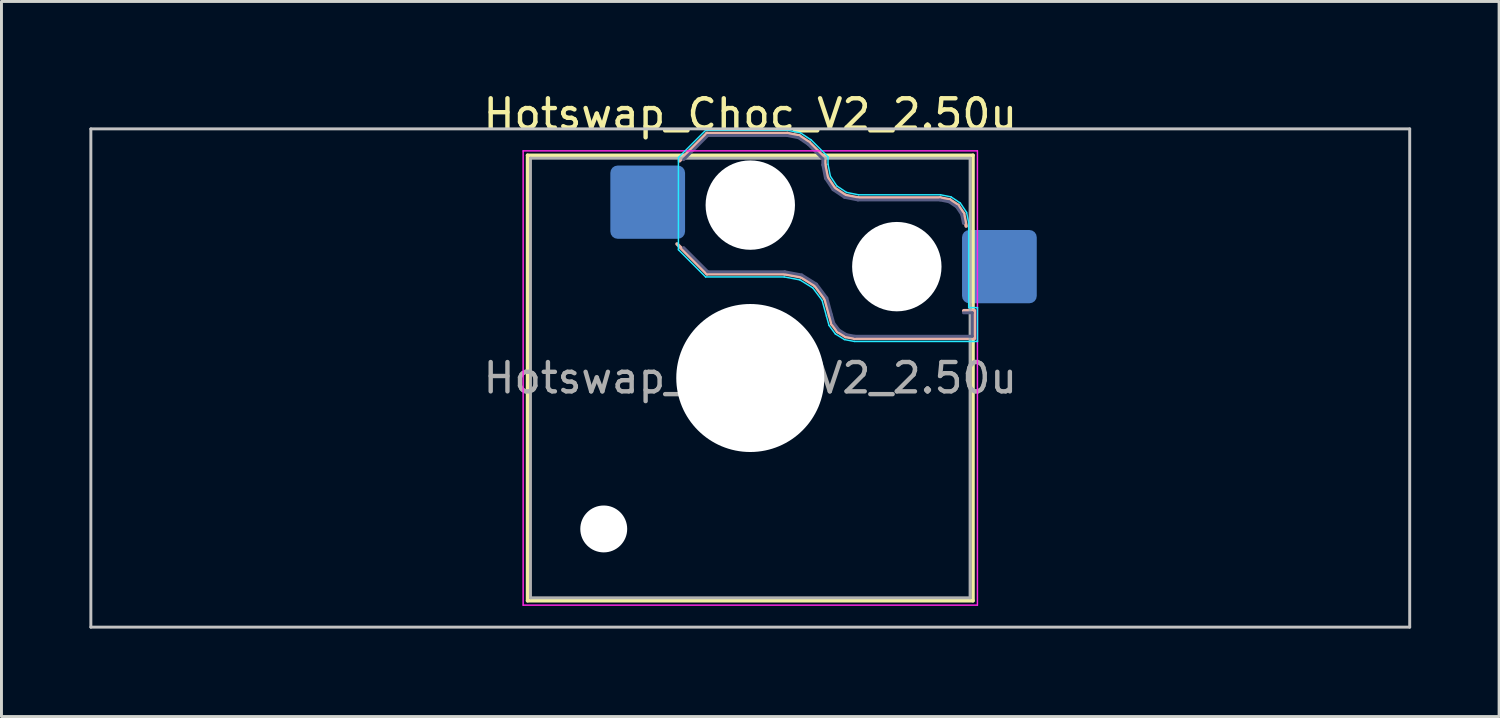
<source format=kicad_pcb>
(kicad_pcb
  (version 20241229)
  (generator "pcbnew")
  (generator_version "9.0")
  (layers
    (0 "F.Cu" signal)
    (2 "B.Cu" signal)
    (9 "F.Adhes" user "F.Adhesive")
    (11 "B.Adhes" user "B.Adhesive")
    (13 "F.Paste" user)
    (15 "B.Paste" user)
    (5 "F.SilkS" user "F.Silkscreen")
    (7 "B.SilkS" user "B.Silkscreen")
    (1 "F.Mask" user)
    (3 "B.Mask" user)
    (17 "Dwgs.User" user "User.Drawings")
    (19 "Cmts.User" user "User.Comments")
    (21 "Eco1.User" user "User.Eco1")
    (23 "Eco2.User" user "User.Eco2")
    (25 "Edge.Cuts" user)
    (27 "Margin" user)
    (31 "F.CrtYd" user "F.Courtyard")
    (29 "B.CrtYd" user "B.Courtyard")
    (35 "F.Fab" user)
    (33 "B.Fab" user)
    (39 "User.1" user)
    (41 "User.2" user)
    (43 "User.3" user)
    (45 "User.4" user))
  (footprint "Hotswap_Choc_V2_2.50u"
    (layer "F.Cu")
    (at 22.55 9.848)
    (property "Reference" "Hotswap_Choc_V2_2.50u" (at 0 -9 0) (layer "F.SilkS") (effects (font (size 1 1) (thickness 0.15))))
    (attr smd)
    (fp_line (start -7.6 -7.6) (end -7.6 7.6) (stroke (width 0.12) (type solid)) (layer "F.SilkS"))
    (fp_line (start -7.6 7.6) (end 7.6 7.6) (stroke (width 0.12) (type solid)) (layer "F.SilkS"))
    (fp_line (start 7.6 -7.6) (end -7.6 -7.6) (stroke (width 0.12) (type solid)) (layer "F.SilkS"))
    (fp_line (start 7.6 7.6) (end 7.6 -7.6) (stroke (width 0.12) (type solid)) (layer "F.SilkS"))
    (fp_line (start -2.416 -7.409) (end -1.479 -8.346) (stroke (width 0.12) (type solid)) (layer "B.SilkS"))
    (fp_line (start -1.479 -8.346) (end 1.268 -8.346) (stroke (width 0.12) (type solid)) (layer "B.SilkS"))
    (fp_line (start -1.479 -3.554) (end -2.5 -4.575) (stroke (width 0.12) (type solid)) (layer "B.SilkS"))
    (fp_line (start 1.168 -3.554) (end -1.479 -3.554) (stroke (width 0.12) (type solid)) (layer "B.SilkS"))
    (fp_line (start 1.268 -8.346) (end 1.671 -8.266) (stroke (width 0.12) (type solid)) (layer "B.SilkS"))
    (fp_line (start 1.671 -8.266) (end 2.013 -8.037) (stroke (width 0.12) (type solid)) (layer "B.SilkS"))
    (fp_line (start 1.73 -3.449) (end 1.168 -3.554) (stroke (width 0.12) (type solid)) (layer "B.SilkS"))
    (fp_line (start 2.013 -8.037) (end 2.546 -7.504) (stroke (width 0.12) (type solid)) (layer "B.SilkS"))
    (fp_line (start 2.209 -3.15) (end 1.73 -3.449) (stroke (width 0.12) (type solid)) (layer "B.SilkS"))
    (fp_line (start 2.546 -7.504) (end 2.546 -7.282) (stroke (width 0.12) (type solid)) (layer "B.SilkS"))
    (fp_line (start 2.546 -7.282) (end 2.633 -6.844) (stroke (width 0.12) (type solid)) (layer "B.SilkS"))
    (fp_line (start 2.547 -2.697) (end 2.209 -3.15) (stroke (width 0.12) (type solid)) (layer "B.SilkS"))
    (fp_line (start 2.633 -6.844) (end 2.877 -6.477) (stroke (width 0.12) (type solid)) (layer "B.SilkS"))
    (fp_line (start 2.701 -2.139) (end 2.547 -2.697) (stroke (width 0.12) (type solid)) (layer "B.SilkS"))
    (fp_line (start 2.783 -1.841) (end 2.701 -2.139) (stroke (width 0.12) (type solid)) (layer "B.SilkS"))
    (fp_line (start 2.877 -6.477) (end 3.244 -6.233) (stroke (width 0.12) (type solid)) (layer "B.SilkS"))
    (fp_line (start 2.976 -1.583) (end 2.783 -1.841) (stroke (width 0.12) (type solid)) (layer "B.SilkS"))
    (fp_line (start 3.244 -6.233) (end 3.682 -6.146) (stroke (width 0.12) (type solid)) (layer "B.SilkS"))
    (fp_line (start 3.25 -1.413) (end 2.976 -1.583) (stroke (width 0.12) (type solid)) (layer "B.SilkS"))
    (fp_line (start 3.56 -1.354) (end 3.25 -1.413) (stroke (width 0.12) (type solid)) (layer "B.SilkS"))
    (fp_line (start 3.682 -6.146) (end 6.482 -6.146) (stroke (width 0.12) (type solid)) (layer "B.SilkS"))
    (fp_line (start 6.482 -6.146) (end 6.809 -6.081) (stroke (width 0.12) (type solid)) (layer "B.SilkS"))
    (fp_line (start 6.809 -6.081) (end 7.092 -5.892) (stroke (width 0.12) (type solid)) (layer "B.SilkS"))
    (fp_line (start 7.092 -5.892) (end 7.281 -5.609) (stroke (width 0.12) (type solid)) (layer "B.SilkS"))
    (fp_line (start 7.281 -5.609) (end 7.366 -5.182) (stroke (width 0.12) (type solid)) (layer "B.SilkS"))
    (fp_line (start 7.283 -2.296) (end 7.646 -2.296) (stroke (width 0.12) (type solid)) (layer "B.SilkS"))
    (fp_line (start 7.646 -2.296) (end 7.646 -1.354) (stroke (width 0.12) (type solid)) (layer "B.SilkS"))
    (fp_line (start 7.646 -1.354) (end 3.56 -1.354) (stroke (width 0.12) (type solid)) (layer "B.SilkS"))
    (fp_line (start -22.5 -8.5) (end -22.5 8.5) (stroke (width 0.1) (type solid)) (layer "Dwgs.User"))
    (fp_line (start -22.5 8.5) (end 22.5 8.5) (stroke (width 0.1) (type solid)) (layer "Dwgs.User"))
    (fp_line (start 22.5 -8.5) (end -22.5 -8.5) (stroke (width 0.1) (type solid)) (layer "Dwgs.User"))
    (fp_line (start 22.5 8.5) (end 22.5 -8.5) (stroke (width 0.1) (type solid)) (layer "Dwgs.User"))
    (fp_line (start -7.25 -7.25) (end -7.25 7.25) (stroke (width 0.1) (type solid)) (layer "Eco1.User"))
    (fp_line (start -7.25 7.25) (end 7.25 7.25) (stroke (width 0.1) (type solid)) (layer "Eco1.User"))
    (fp_line (start 7.25 -7.25) (end -7.25 -7.25) (stroke (width 0.1) (type solid)) (layer "Eco1.User"))
    (fp_line (start 7.25 7.25) (end 7.25 -7.25) (stroke (width 0.1) (type solid)) (layer "Eco1.User"))
    (fp_line (start -2.452 -7.523) (end -1.523 -8.452) (stroke (width 0.05) (type solid)) (layer "B.CrtYd"))
    (fp_line (start -2.452 -4.377) (end -2.452 -7.523) (stroke (width 0.05) (type solid)) (layer "B.CrtYd"))
    (fp_line (start -1.523 -8.452) (end 1.278 -8.452) (stroke (width 0.05) (type solid)) (layer "B.CrtYd"))
    (fp_line (start -1.523 -3.448) (end -2.452 -4.377) (stroke (width 0.05) (type solid)) (layer "B.CrtYd"))
    (fp_line (start 1.159 -3.448) (end -1.523 -3.448) (stroke (width 0.05) (type solid)) (layer "B.CrtYd"))
    (fp_line (start 1.278 -8.452) (end 1.712 -8.366) (stroke (width 0.05) (type solid)) (layer "B.CrtYd"))
    (fp_line (start 1.691 -3.348) (end 1.159 -3.448) (stroke (width 0.05) (type solid)) (layer "B.CrtYd"))
    (fp_line (start 1.712 -8.366) (end 2.081 -8.119) (stroke (width 0.05) (type solid)) (layer "B.CrtYd"))
    (fp_line (start 2.081 -8.119) (end 2.652 -7.548) (stroke (width 0.05) (type solid)) (layer "B.CrtYd"))
    (fp_line (start 2.136 -3.071) (end 1.691 -3.348) (stroke (width 0.05) (type solid)) (layer "B.CrtYd"))
    (fp_line (start 2.45 -2.65) (end 2.136 -3.071) (stroke (width 0.05) (type solid)) (layer "B.CrtYd"))
    (fp_line (start 2.599 -2.111) (end 2.45 -2.65) (stroke (width 0.05) (type solid)) (layer "B.CrtYd"))
    (fp_line (start 2.652 -7.548) (end 2.652 -7.292) (stroke (width 0.05) (type solid)) (layer "B.CrtYd"))
    (fp_line (start 2.652 -7.292) (end 2.733 -6.885) (stroke (width 0.05) (type solid)) (layer "B.CrtYd"))
    (fp_line (start 2.687 -1.794) (end 2.599 -2.111) (stroke (width 0.05) (type solid)) (layer "B.CrtYd"))
    (fp_line (start 2.733 -6.885) (end 2.953 -6.553) (stroke (width 0.05) (type solid)) (layer "B.CrtYd"))
    (fp_line (start 2.903 -1.503) (end 2.687 -1.794) (stroke (width 0.05) (type solid)) (layer "B.CrtYd"))
    (fp_line (start 2.953 -6.553) (end 3.285 -6.333) (stroke (width 0.05) (type solid)) (layer "B.CrtYd"))
    (fp_line (start 3.211 -1.312) (end 2.903 -1.503) (stroke (width 0.05) (type solid)) (layer "B.CrtYd"))
    (fp_line (start 3.285 -6.333) (end 3.692 -6.252) (stroke (width 0.05) (type solid)) (layer "B.CrtYd"))
    (fp_line (start 3.55 -1.248) (end 3.211 -1.312) (stroke (width 0.05) (type solid)) (layer "B.CrtYd"))
    (fp_line (start 3.692 -6.252) (end 6.492 -6.252) (stroke (width 0.05) (type solid)) (layer "B.CrtYd"))
    (fp_line (start 6.492 -6.252) (end 6.85 -6.181) (stroke (width 0.05) (type solid)) (layer "B.CrtYd"))
    (fp_line (start 6.85 -6.181) (end 7.168 -5.968) (stroke (width 0.05) (type solid)) (layer "B.CrtYd"))
    (fp_line (start 7.168 -5.968) (end 7.381 -5.65) (stroke (width 0.05) (type solid)) (layer "B.CrtYd"))
    (fp_line (start 7.381 -5.65) (end 7.452 -5.292) (stroke (width 0.05) (type solid)) (layer "B.CrtYd"))
    (fp_line (start 7.452 -5.292) (end 7.452 -2.402) (stroke (width 0.05) (type solid)) (layer "B.CrtYd"))
    (fp_line (start 7.452 -2.402) (end 7.752 -2.402) (stroke (width 0.05) (type solid)) (layer "B.CrtYd"))
    (fp_line (start 7.752 -2.402) (end 7.752 -1.248) (stroke (width 0.05) (type solid)) (layer "B.CrtYd"))
    (fp_line (start 7.752 -1.248) (end 3.55 -1.248) (stroke (width 0.05) (type solid)) (layer "B.CrtYd"))
    (fp_line (start -7.75 -7.75) (end -7.75 7.75) (stroke (width 0.05) (type solid)) (layer "F.CrtYd"))
    (fp_line (start -7.75 7.75) (end 7.75 7.75) (stroke (width 0.05) (type solid)) (layer "F.CrtYd"))
    (fp_line (start 7.75 -7.75) (end -7.75 -7.75) (stroke (width 0.05) (type solid)) (layer "F.CrtYd"))
    (fp_line (start 7.75 7.75) (end 7.75 -7.75) (stroke (width 0.05) (type solid)) (layer "F.CrtYd"))
    (fp_line (start -2.275 -7.45) (end -1.45 -8.275) (stroke (width 0.1) (type solid)) (layer "B.Fab"))
    (fp_line (start -1.45 -8.275) (end 1.261 -8.275) (stroke (width 0.1) (type solid)) (layer "B.Fab"))
    (fp_line (start -1.45 -3.625) (end -2.275 -4.45) (stroke (width 0.1) (type solid)) (layer "B.Fab"))
    (fp_line (start 1.175 -3.625) (end -1.45 -3.625) (stroke (width 0.1) (type solid)) (layer "B.Fab"))
    (fp_line (start 1.261 -8.275) (end 1.643 -8.199) (stroke (width 0.1) (type solid)) (layer "B.Fab"))
    (fp_line (start 1.643 -8.199) (end 1.968 -7.982) (stroke (width 0.1) (type solid)) (layer "B.Fab"))
    (fp_line (start 1.756 -3.516) (end 1.175 -3.625) (stroke (width 0.1) (type solid)) (layer "B.Fab"))
    (fp_line (start 1.968 -7.982) (end 2.475 -7.475) (stroke (width 0.1) (type solid)) (layer "B.Fab"))
    (fp_line (start 2.258 -3.203) (end 1.756 -3.516) (stroke (width 0.1) (type solid)) (layer "B.Fab"))
    (fp_line (start 2.475 -7.475) (end 2.475 -7.275) (stroke (width 0.1) (type solid)) (layer "B.Fab"))
    (fp_line (start 2.475 -7.275) (end 2.566 -6.816) (stroke (width 0.1) (type solid)) (layer "B.Fab"))
    (fp_line (start 2.566 -6.816) (end 2.826 -6.426) (stroke (width 0.1) (type solid)) (layer "B.Fab"))
    (fp_line (start 2.612 -2.729) (end 2.258 -3.203) (stroke (width 0.1) (type solid)) (layer "B.Fab"))
    (fp_line (start 2.769 -2.158) (end 2.612 -2.729) (stroke (width 0.1) (type solid)) (layer "B.Fab"))
    (fp_line (start 2.826 -6.426) (end 3.216 -6.166) (stroke (width 0.1) (type solid)) (layer "B.Fab"))
    (fp_line (start 2.848 -1.873) (end 2.769 -2.158) (stroke (width 0.1) (type solid)) (layer "B.Fab"))
    (fp_line (start 3.025 -1.636) (end 2.848 -1.873) (stroke (width 0.1) (type solid)) (layer "B.Fab"))
    (fp_line (start 3.216 -6.166) (end 3.675 -6.075) (stroke (width 0.1) (type solid)) (layer "B.Fab"))
    (fp_line (start 3.276 -1.48) (end 3.025 -1.636) (stroke (width 0.1) (type solid)) (layer "B.Fab"))
    (fp_line (start 3.567 -1.425) (end 3.276 -1.48) (stroke (width 0.1) (type solid)) (layer "B.Fab"))
    (fp_line (start 3.675 -6.075) (end 6.475 -6.075) (stroke (width 0.1) (type solid)) (layer "B.Fab"))
    (fp_line (start 6.475 -6.075) (end 6.781 -6.014) (stroke (width 0.1) (type solid)) (layer "B.Fab"))
    (fp_line (start 6.781 -6.014) (end 7.041 -5.841) (stroke (width 0.1) (type solid)) (layer "B.Fab"))
    (fp_line (start 7.041 -5.841) (end 7.214 -5.581) (stroke (width 0.1) (type solid)) (layer "B.Fab"))
    (fp_line (start 7.214 -5.581) (end 7.275 -5.275) (stroke (width 0.1) (type solid)) (layer "B.Fab"))
    (fp_line (start 7.275 -2.225) (end 7.575 -2.225) (stroke (width 0.1) (type solid)) (layer "B.Fab"))
    (fp_line (start 7.575 -2.225) (end 7.575 -1.425) (stroke (width 0.1) (type solid)) (layer "B.Fab"))
    (fp_line (start 7.575 -1.425) (end 3.567 -1.425) (stroke (width 0.1) (type solid)) (layer "B.Fab"))
    (fp_line (start -7.5 -7.5) (end -7.5 7.5) (stroke (width 0.1) (type solid)) (layer "F.Fab"))
    (fp_line (start -7.5 7.5) (end 7.5 7.5) (stroke (width 0.1) (type solid)) (layer "F.Fab"))
    (fp_line (start 7.5 -7.5) (end -7.5 -7.5) (stroke (width 0.1) (type solid)) (layer "F.Fab"))
    (fp_line (start 7.5 7.5) (end 7.5 -7.5) (stroke (width 0.1) (type solid)) (layer "F.Fab"))
    (fp_text user "${REFERENCE}" (at 0 0 0) (layer "F.Fab") (effects (font (size 1 1) (thickness 0.15))))
    (pad "" np_thru_hole circle (at -5 5.15) (size 1.6 1.6) (drill 1.6) (layers "*.Cu" "*.Mask"))
    (pad "" np_thru_hole circle (at 0 -5.9) (size 3.05 3.05) (drill 3.05) (layers "*.Cu" "*.Mask"))
    (pad "" np_thru_hole circle (at 0 0) (size 5.05 5.05) (drill 5.05) (layers "*.Cu" "*.Mask"))
    (pad "" np_thru_hole circle (at 5 -3.8) (size 3.05 3.05) (drill 3.05) (layers "*.Cu" "*.Mask"))
    (pad "1" smd roundrect (at -3.5 -6) (size 2.55 2.5) (layers "B.Cu" "B.Mask" "B.Paste") (roundrect_rratio 0.1))
    (pad "2" smd roundrect (at 8.5 -3.8) (size 2.55 2.5) (layers "B.Cu" "B.Mask" "B.Paste") (roundrect_rratio 0.1)))
  (gr_rect
    (start -3 -3)
    (end 48.1 21.398)
    (stroke (width 0.1) (type default))
    (fill no)
    (layer "Edge.Cuts")))
</source>
